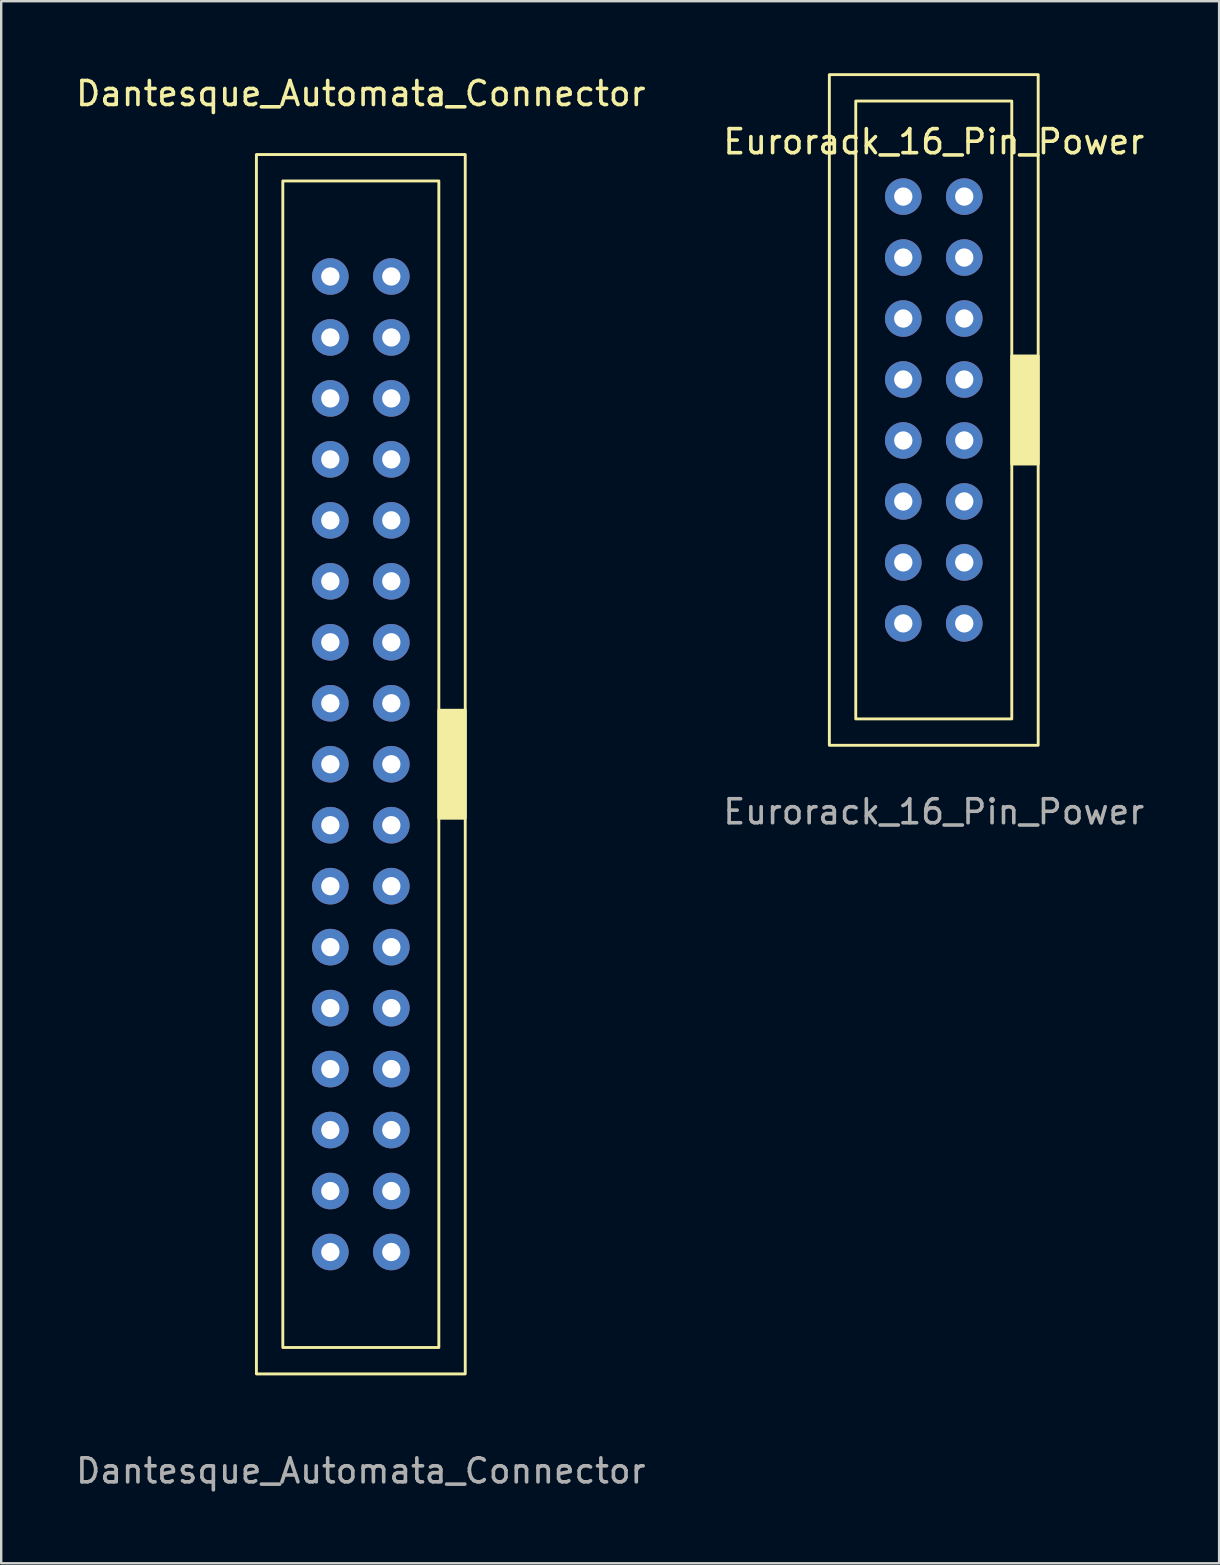
<source format=kicad_pcb>
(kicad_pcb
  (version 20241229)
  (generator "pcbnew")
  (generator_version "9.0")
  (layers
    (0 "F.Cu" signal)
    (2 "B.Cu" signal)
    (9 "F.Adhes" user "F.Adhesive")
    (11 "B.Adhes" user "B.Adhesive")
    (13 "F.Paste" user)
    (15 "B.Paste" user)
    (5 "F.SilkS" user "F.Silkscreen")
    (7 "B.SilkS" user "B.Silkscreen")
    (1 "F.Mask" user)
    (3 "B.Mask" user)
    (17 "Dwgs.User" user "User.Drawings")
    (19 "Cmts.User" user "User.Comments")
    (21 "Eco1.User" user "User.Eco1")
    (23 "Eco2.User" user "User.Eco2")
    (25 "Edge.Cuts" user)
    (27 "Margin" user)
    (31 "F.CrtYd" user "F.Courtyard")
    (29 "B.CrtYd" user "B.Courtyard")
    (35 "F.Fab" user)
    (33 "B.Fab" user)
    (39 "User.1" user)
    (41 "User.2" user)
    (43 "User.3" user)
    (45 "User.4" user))
  (footprint "Eurorack_16_Pin_Power"
    (layer "F.Cu")
    (at 35.851 14.03)
    (property "Reference" "Eurorack_16_Pin_Power" (at 0 -11.176 0) (unlocked yes) (layer "F.SilkS") (effects (font (size 1 1) (thickness 0.15))))
    (attr through_hole)
    (fp_rect (start -4.35 -13.97) (end 4.35 13.97) (stroke (width 0.12) (type solid)) (fill no) (layer "F.SilkS"))
    (fp_rect (start -3.25 -12.87) (end 3.25 12.87) (stroke (width 0.12) (type solid)) (fill no) (layer "F.SilkS"))
    (fp_rect (start 4.35 2.25) (end 3.25 -2.25) (stroke (width 0.12) (type solid)) (fill yes) (layer "F.SilkS"))
    (fp_text user "${REFERENCE}" (at 0 16.74 0) (unlocked yes) (layer "F.Fab") (effects (font (size 1 1) (thickness 0.15))))
    (pad "1" thru_hole circle (at -1.27 -8.89) (size 1.524 1.524) (drill 0.762) (layers "*.Cu" "*.Mask"))
    (pad "2" thru_hole circle (at 1.27 -8.89) (size 1.524 1.524) (drill 0.762) (layers "*.Cu" "*.Mask"))
    (pad "3" thru_hole circle (at -1.27 -6.35) (size 1.524 1.524) (drill 0.762) (layers "*.Cu" "*.Mask"))
    (pad "4" thru_hole circle (at 1.27 -6.35) (size 1.524 1.524) (drill 0.762) (layers "*.Cu" "*.Mask"))
    (pad "5" thru_hole circle (at -1.27 -3.81) (size 1.524 1.524) (drill 0.762) (layers "*.Cu" "*.Mask"))
    (pad "6" thru_hole circle (at 1.27 -3.81) (size 1.524 1.524) (drill 0.762) (layers "*.Cu" "*.Mask"))
    (pad "7" thru_hole circle (at -1.27 -1.27) (size 1.524 1.524) (drill 0.762) (layers "*.Cu" "*.Mask"))
    (pad "8" thru_hole circle (at 1.27 -1.27) (size 1.524 1.524) (drill 0.762) (layers "*.Cu" "*.Mask"))
    (pad "9" thru_hole circle (at -1.27 1.27) (size 1.524 1.524) (drill 0.762) (layers "*.Cu" "*.Mask"))
    (pad "10" thru_hole circle (at 1.27 1.27) (size 1.524 1.524) (drill 0.762) (layers "*.Cu" "*.Mask"))
    (pad "11" thru_hole circle (at -1.27 3.81) (size 1.524 1.524) (drill 0.762) (layers "*.Cu" "*.Mask"))
    (pad "12" thru_hole circle (at 1.27 3.81) (size 1.524 1.524) (drill 0.762) (layers "*.Cu" "*.Mask"))
    (pad "13" thru_hole circle (at -1.27 6.35) (size 1.524 1.524) (drill 0.762) (layers "*.Cu" "*.Mask"))
    (pad "14" thru_hole circle (at 1.27 6.35) (size 1.524 1.524) (drill 0.762) (layers "*.Cu" "*.Mask"))
    (pad "15" thru_hole circle (at -1.27 8.89) (size 1.524 1.524) (drill 0.762) (layers "*.Cu" "*.Mask"))
    (pad "16" thru_hole circle (at 1.27 8.89) (size 1.524 1.524) (drill 0.762) (layers "*.Cu" "*.Mask")))
  (footprint "Dantesque_Automata_Connector"
    (layer "F.Cu")
    (at 11.982 28.788)
    (property "Reference" "Dantesque_Automata_Connector" (at 0 -27.94 0) (unlocked yes) (layer "F.SilkS") (effects (font (size 1 1) (thickness 0.15))))
    (attr through_hole)
    (fp_rect (start -4.35 -25.4) (end 4.35 25.4) (stroke (width 0.12) (type solid)) (fill no) (layer "F.SilkS"))
    (fp_rect (start -3.25 -24.3) (end 3.25 24.3) (stroke (width 0.12) (type solid)) (fill no) (layer "F.SilkS"))
    (fp_rect (start 4.35 2.25) (end 3.25 -2.25) (stroke (width 0.12) (type solid)) (fill yes) (layer "F.SilkS"))
    (fp_text user "${REFERENCE}" (at 0 29.44 0) (unlocked yes) (layer "F.Fab") (effects (font (size 1 1) (thickness 0.15))))
    (pad "1" thru_hole circle (at -1.27 -20.32) (size 1.524 1.524) (drill 0.762) (layers "*.Cu" "*.Mask"))
    (pad "2" thru_hole circle (at 1.27 -20.32) (size 1.524 1.524) (drill 0.762) (layers "*.Cu" "*.Mask"))
    (pad "3" thru_hole circle (at -1.27 -17.78) (size 1.524 1.524) (drill 0.762) (layers "*.Cu" "*.Mask"))
    (pad "4" thru_hole circle (at 1.27 -17.78) (size 1.524 1.524) (drill 0.762) (layers "*.Cu" "*.Mask"))
    (pad "5" thru_hole circle (at -1.27 -15.24) (size 1.524 1.524) (drill 0.762) (layers "*.Cu" "*.Mask"))
    (pad "6" thru_hole circle (at 1.27 -15.24) (size 1.524 1.524) (drill 0.762) (layers "*.Cu" "*.Mask"))
    (pad "7" thru_hole circle (at -1.27 -12.7) (size 1.524 1.524) (drill 0.762) (layers "*.Cu" "*.Mask"))
    (pad "8" thru_hole circle (at 1.27 -12.7) (size 1.524 1.524) (drill 0.762) (layers "*.Cu" "*.Mask"))
    (pad "9" thru_hole circle (at -1.27 -10.16) (size 1.524 1.524) (drill 0.762) (layers "*.Cu" "*.Mask"))
    (pad "10" thru_hole circle (at 1.27 -10.16) (size 1.524 1.524) (drill 0.762) (layers "*.Cu" "*.Mask"))
    (pad "11" thru_hole circle (at -1.27 -7.62) (size 1.524 1.524) (drill 0.762) (layers "*.Cu" "*.Mask"))
    (pad "12" thru_hole circle (at 1.27 -7.62) (size 1.524 1.524) (drill 0.762) (layers "*.Cu" "*.Mask"))
    (pad "13" thru_hole circle (at -1.27 -5.08) (size 1.524 1.524) (drill 0.762) (layers "*.Cu" "*.Mask"))
    (pad "14" thru_hole circle (at 1.27 -5.08) (size 1.524 1.524) (drill 0.762) (layers "*.Cu" "*.Mask"))
    (pad "15" thru_hole circle (at -1.27 -2.54) (size 1.524 1.524) (drill 0.762) (layers "*.Cu" "*.Mask"))
    (pad "16" thru_hole circle (at 1.27 -2.54) (size 1.524 1.524) (drill 0.762) (layers "*.Cu" "*.Mask"))
    (pad "17" thru_hole circle (at -1.27 0) (size 1.524 1.524) (drill 0.762) (layers "*.Cu" "*.Mask"))
    (pad "18" thru_hole circle (at 1.27 0) (size 1.524 1.524) (drill 0.762) (layers "*.Cu" "*.Mask"))
    (pad "19" thru_hole circle (at -1.27 2.54) (size 1.524 1.524) (drill 0.762) (layers "*.Cu" "*.Mask"))
    (pad "20" thru_hole circle (at 1.27 2.54) (size 1.524 1.524) (drill 0.762) (layers "*.Cu" "*.Mask"))
    (pad "21" thru_hole circle (at -1.27 5.08) (size 1.524 1.524) (drill 0.762) (layers "*.Cu" "*.Mask"))
    (pad "22" thru_hole circle (at 1.27 5.08) (size 1.524 1.524) (drill 0.762) (layers "*.Cu" "*.Mask"))
    (pad "23" thru_hole circle (at -1.27 7.62) (size 1.524 1.524) (drill 0.762) (layers "*.Cu" "*.Mask"))
    (pad "24" thru_hole circle (at 1.27 7.62) (size 1.524 1.524) (drill 0.762) (layers "*.Cu" "*.Mask"))
    (pad "25" thru_hole circle (at -1.27 10.16) (size 1.524 1.524) (drill 0.762) (layers "*.Cu" "*.Mask"))
    (pad "26" thru_hole circle (at 1.27 10.16) (size 1.524 1.524) (drill 0.762) (layers "*.Cu" "*.Mask"))
    (pad "27" thru_hole circle (at -1.27 12.7) (size 1.524 1.524) (drill 0.762) (layers "*.Cu" "*.Mask"))
    (pad "28" thru_hole circle (at 1.27 12.7) (size 1.524 1.524) (drill 0.762) (layers "*.Cu" "*.Mask"))
    (pad "29" thru_hole circle (at -1.27 15.24) (size 1.524 1.524) (drill 0.762) (layers "*.Cu" "*.Mask"))
    (pad "30" thru_hole circle (at 1.27 15.24) (size 1.524 1.524) (drill 0.762) (layers "*.Cu" "*.Mask"))
    (pad "31" thru_hole circle (at -1.27 17.78) (size 1.524 1.524) (drill 0.762) (layers "*.Cu" "*.Mask"))
    (pad "32" thru_hole circle (at 1.27 17.78) (size 1.524 1.524) (drill 0.762) (layers "*.Cu" "*.Mask"))
    (pad "33" thru_hole circle (at -1.27 20.32) (size 1.524 1.524) (drill 0.762) (layers "*.Cu" "*.Mask"))
    (pad "34" thru_hole circle (at 1.27 20.32) (size 1.524 1.524) (drill 0.762) (layers "*.Cu" "*.Mask")))
  (gr_rect
    (start -3 -3)
    (end 47.738 62.077)
    (stroke (width 0.1) (type default))
    (fill no)
    (layer "Edge.Cuts")))
</source>
